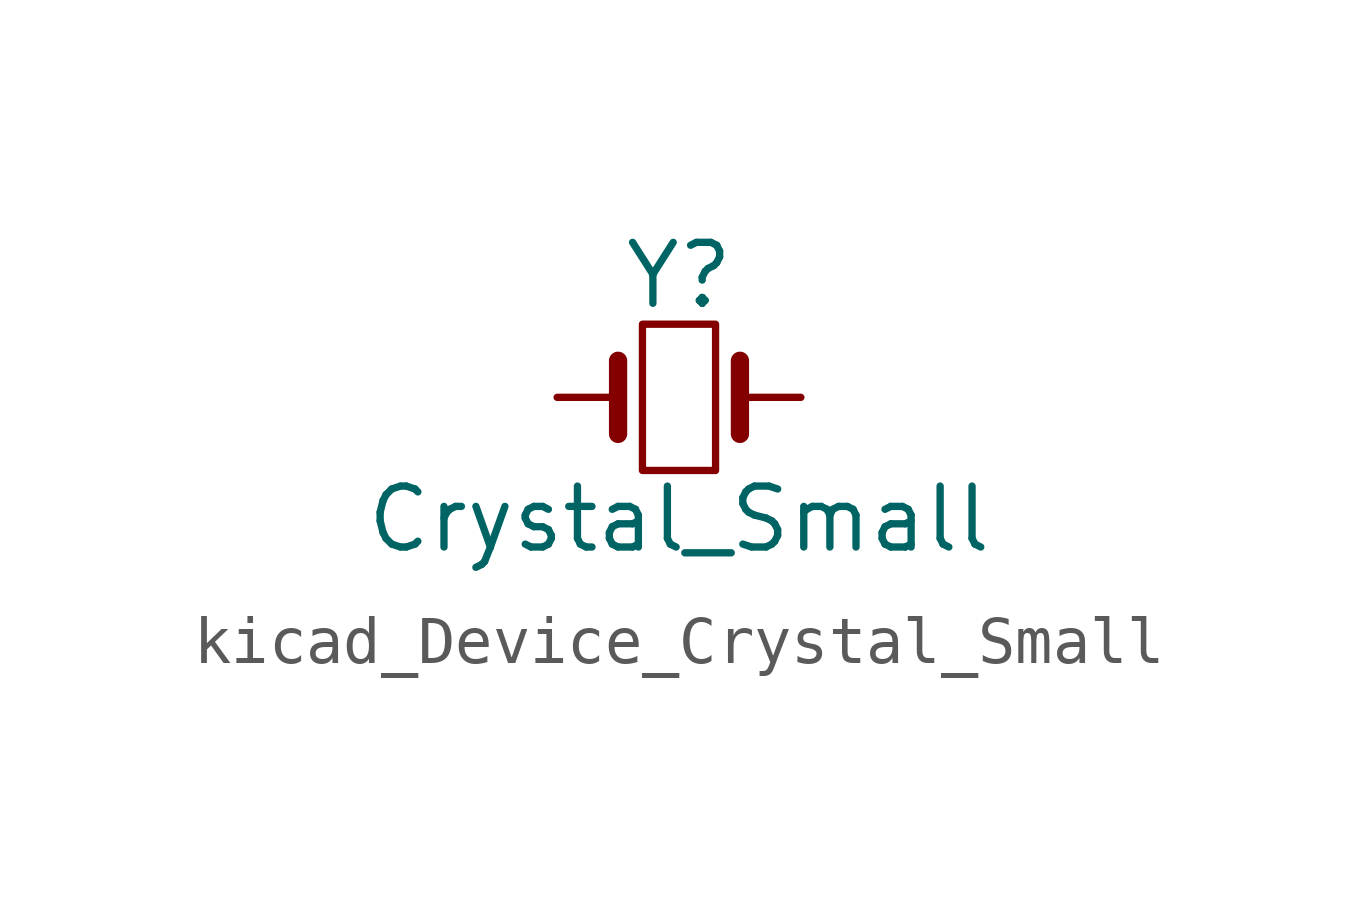
<source format=kicad_sym>
(kicad_symbol_lib
  (version 20220914)
  (generator kicad_symbol_editor)
  (symbol "kicad_Device_Crystal_Small"
    (pin_numbers hide)
    (pin_names
      (offset 1.016) hide)
    (property "Reference" "Y"
      (at 0 2.54 0)
      (effects (font (size 1.27 1.27))))
    (property "Value" "Crystal_Small"
      (at 0 -2.54 0)
      (effects (font (size 1.27 1.27))))
    (symbol "kicad_Device_Crystal_Small_0_1"
      (rectangle (start -0.762 -1.524) (end 0.762 1.524) (stroke (width 0) (type default)) (fill (type none)))
      (polyline (pts (xy -1.27 -0.762) (xy -1.27 0.762)) (stroke (width 0.381) (type default)) (fill (type none)))
      (polyline (pts (xy 1.27 -0.762) (xy 1.27 0.762)) (stroke (width 0.381) (type default)) (fill (type none))))
    (symbol "kicad_Device_Crystal_Small_1_1"
      (pin passive line (at -2.54 0 0) (length 1.27) (name "1" (effects (font (size 1.27 1.27)))) (number "1" (effects (font (size 1.27 1.27)))))
      (pin passive line (at 2.54 0 180) (length 1.27) (name "2" (effects (font (size 1.27 1.27)))) (number "2" (effects (font (size 1.27 1.27))))))))
</source>
